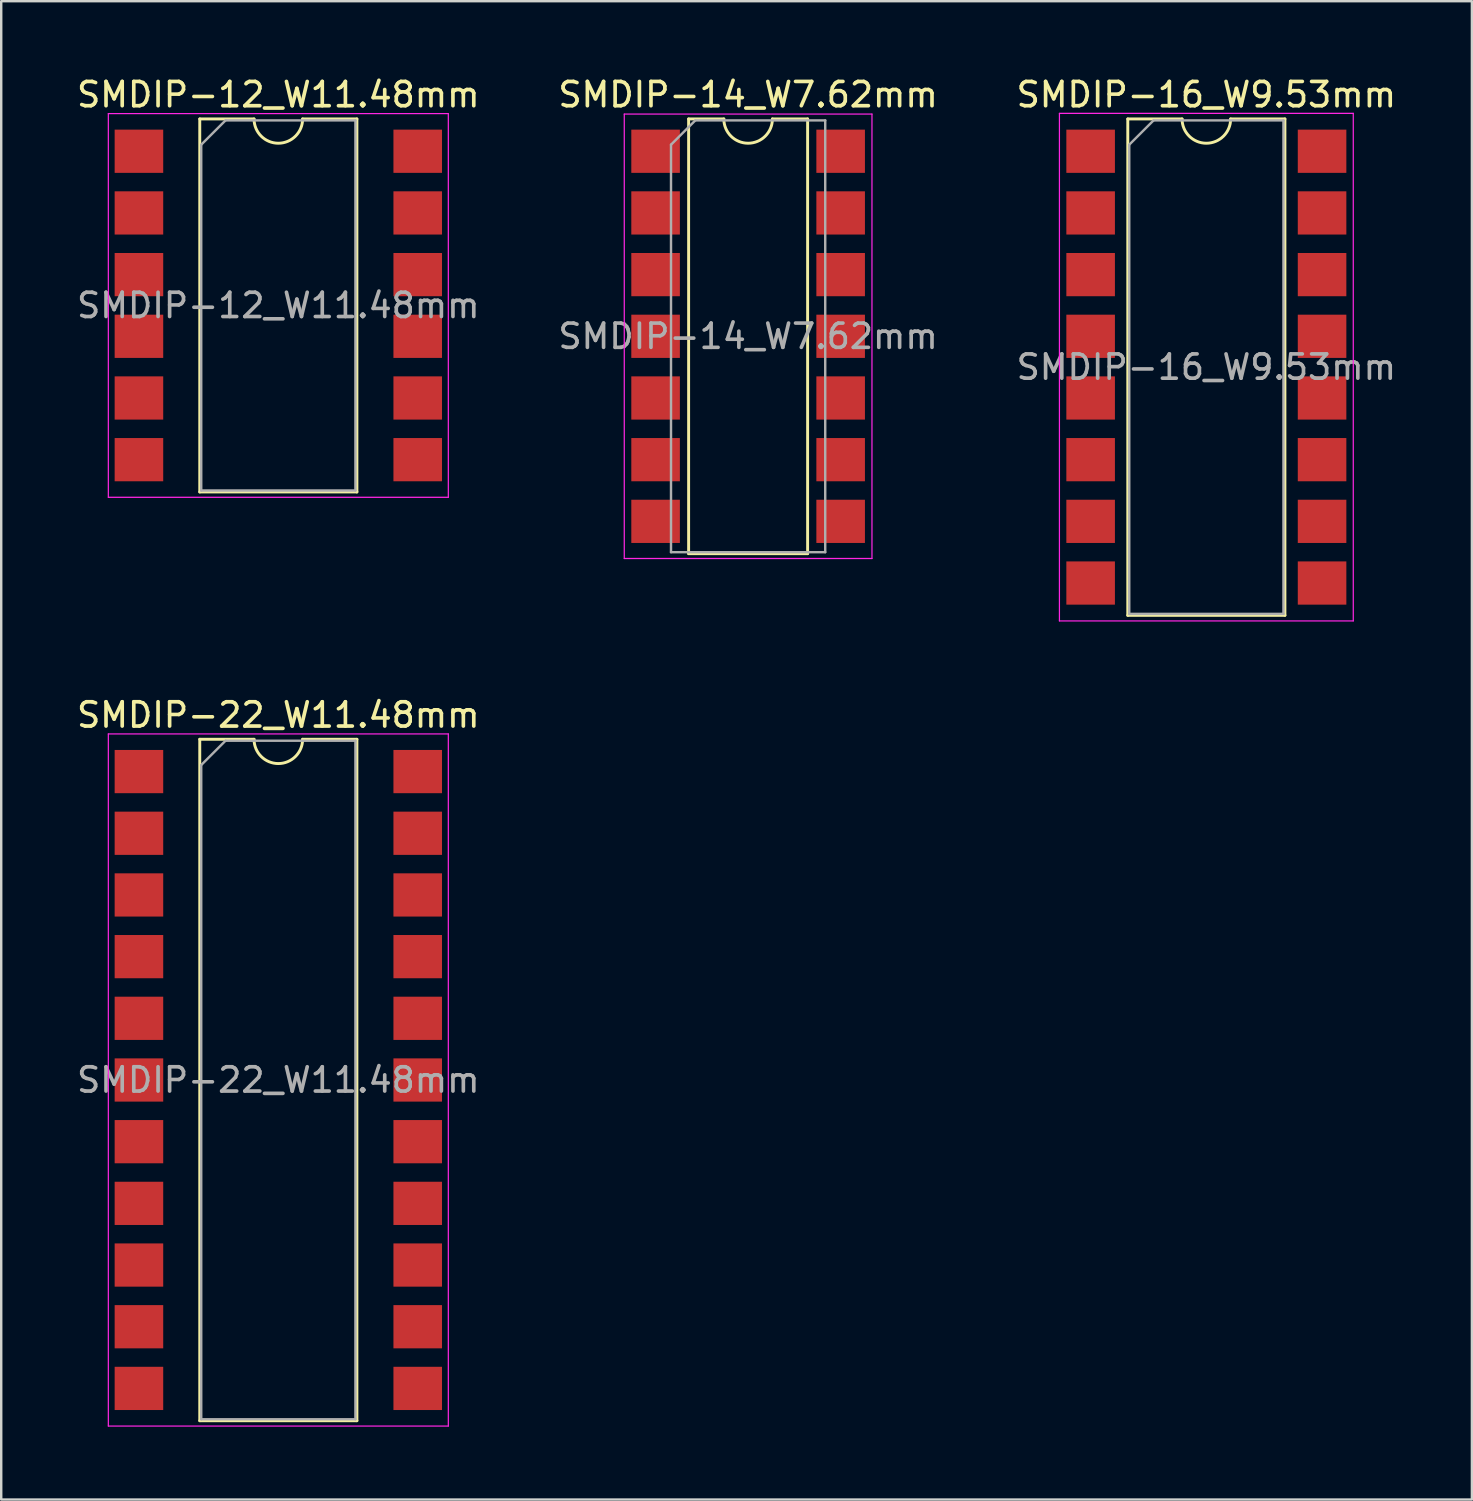
<source format=kicad_pcb>
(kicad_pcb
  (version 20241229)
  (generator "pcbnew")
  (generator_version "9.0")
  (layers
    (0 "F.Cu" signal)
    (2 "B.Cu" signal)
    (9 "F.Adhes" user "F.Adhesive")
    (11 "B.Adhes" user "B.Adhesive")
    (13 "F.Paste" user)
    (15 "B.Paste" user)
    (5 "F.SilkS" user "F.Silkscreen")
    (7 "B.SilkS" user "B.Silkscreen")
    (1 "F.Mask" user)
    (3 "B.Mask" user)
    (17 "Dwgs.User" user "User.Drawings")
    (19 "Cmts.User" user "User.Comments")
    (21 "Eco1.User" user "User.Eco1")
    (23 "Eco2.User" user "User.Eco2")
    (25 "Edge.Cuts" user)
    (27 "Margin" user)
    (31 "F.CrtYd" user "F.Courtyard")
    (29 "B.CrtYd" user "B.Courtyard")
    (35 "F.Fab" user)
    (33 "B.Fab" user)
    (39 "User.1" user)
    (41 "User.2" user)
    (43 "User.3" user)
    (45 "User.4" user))
  (footprint "SMDIP-22_W11.48mm"
    (layer "F.Cu")
    (at 8.411 41.422)
    (property "Reference" "SMDIP-22_W11.48mm" (at 0 -15.03 0) (layer "F.SilkS") (effects (font (size 1 1) (thickness 0.15))))
    (attr smd)
    (fp_line (start -3.235 -14.03) (end -3.235 14.03) (stroke (width 0.12) (type solid)) (layer "F.SilkS"))
    (fp_line (start -3.235 14.03) (end 3.235 14.03) (stroke (width 0.12) (type solid)) (layer "F.SilkS"))
    (fp_line (start -1 -14.03) (end -3.235 -14.03) (stroke (width 0.12) (type solid)) (layer "F.SilkS"))
    (fp_line (start 3.235 -14.03) (end 1 -14.03) (stroke (width 0.12) (type solid)) (layer "F.SilkS"))
    (fp_line (start 3.235 14.03) (end 3.235 -14.03) (stroke (width 0.12) (type solid)) (layer "F.SilkS"))
    (fp_arc (start 1 -14.03) (mid 0 -13.03) (end -1 -14.03) (stroke (width 0.12) (type solid)) (layer "F.SilkS"))
    (fp_line (start -7 -14.25) (end -7 14.25) (stroke (width 0.05) (type solid)) (layer "F.CrtYd"))
    (fp_line (start -7 14.25) (end 7 14.25) (stroke (width 0.05) (type solid)) (layer "F.CrtYd"))
    (fp_line (start 7 -14.25) (end -7 -14.25) (stroke (width 0.05) (type solid)) (layer "F.CrtYd"))
    (fp_line (start 7 14.25) (end 7 -14.25) (stroke (width 0.05) (type solid)) (layer "F.CrtYd"))
    (fp_line (start -3.175 -12.97) (end -2.175 -13.97) (stroke (width 0.1) (type solid)) (layer "F.Fab"))
    (fp_line (start -3.175 13.97) (end -3.175 -12.97) (stroke (width 0.1) (type solid)) (layer "F.Fab"))
    (fp_line (start -2.175 -13.97) (end 3.175 -13.97) (stroke (width 0.1) (type solid)) (layer "F.Fab"))
    (fp_line (start 3.175 -13.97) (end 3.175 13.97) (stroke (width 0.1) (type solid)) (layer "F.Fab"))
    (fp_line (start 3.175 13.97) (end -3.175 13.97) (stroke (width 0.1) (type solid)) (layer "F.Fab"))
    (fp_text user "${REFERENCE}" (at 0 0 0) (layer "F.Fab") (effects (font (size 1 1) (thickness 0.15))))
    (pad "1" smd rect (at -5.74 -12.7) (size 2 1.78) (layers "F.Cu" "F.Mask" "F.Paste"))
    (pad "2" smd rect (at -5.74 -10.16) (size 2 1.78) (layers "F.Cu" "F.Mask" "F.Paste"))
    (pad "3" smd rect (at -5.74 -7.62) (size 2 1.78) (layers "F.Cu" "F.Mask" "F.Paste"))
    (pad "4" smd rect (at -5.74 -5.08) (size 2 1.78) (layers "F.Cu" "F.Mask" "F.Paste"))
    (pad "5" smd rect (at -5.74 -2.54) (size 2 1.78) (layers "F.Cu" "F.Mask" "F.Paste"))
    (pad "6" smd rect (at -5.74 0) (size 2 1.78) (layers "F.Cu" "F.Mask" "F.Paste"))
    (pad "7" smd rect (at -5.74 2.54) (size 2 1.78) (layers "F.Cu" "F.Mask" "F.Paste"))
    (pad "8" smd rect (at -5.74 5.08) (size 2 1.78) (layers "F.Cu" "F.Mask" "F.Paste"))
    (pad "9" smd rect (at -5.74 7.62) (size 2 1.78) (layers "F.Cu" "F.Mask" "F.Paste"))
    (pad "10" smd rect (at -5.74 10.16) (size 2 1.78) (layers "F.Cu" "F.Mask" "F.Paste"))
    (pad "11" smd rect (at -5.74 12.7) (size 2 1.78) (layers "F.Cu" "F.Mask" "F.Paste"))
    (pad "12" smd rect (at 5.74 12.7) (size 2 1.78) (layers "F.Cu" "F.Mask" "F.Paste"))
    (pad "13" smd rect (at 5.74 10.16) (size 2 1.78) (layers "F.Cu" "F.Mask" "F.Paste"))
    (pad "14" smd rect (at 5.74 7.62) (size 2 1.78) (layers "F.Cu" "F.Mask" "F.Paste"))
    (pad "15" smd rect (at 5.74 5.08) (size 2 1.78) (layers "F.Cu" "F.Mask" "F.Paste"))
    (pad "16" smd rect (at 5.74 2.54) (size 2 1.78) (layers "F.Cu" "F.Mask" "F.Paste"))
    (pad "17" smd rect (at 5.74 0) (size 2 1.78) (layers "F.Cu" "F.Mask" "F.Paste"))
    (pad "18" smd rect (at 5.74 -2.54) (size 2 1.78) (layers "F.Cu" "F.Mask" "F.Paste"))
    (pad "19" smd rect (at 5.74 -5.08) (size 2 1.78) (layers "F.Cu" "F.Mask" "F.Paste"))
    (pad "20" smd rect (at 5.74 -7.62) (size 2 1.78) (layers "F.Cu" "F.Mask" "F.Paste"))
    (pad "21" smd rect (at 5.74 -10.16) (size 2 1.78) (layers "F.Cu" "F.Mask" "F.Paste"))
    (pad "22" smd rect (at 5.74 -12.7) (size 2 1.78) (layers "F.Cu" "F.Mask" "F.Paste")))
  (footprint "SMDIP-12_W11.48mm"
    (layer "F.Cu")
    (at 8.411 9.528)
    (property "Reference" "SMDIP-12_W11.48mm" (at 0 -8.68 0) (layer "F.SilkS") (effects (font (size 1 1) (thickness 0.15))))
    (attr smd)
    (fp_line (start -3.235 -7.68) (end -3.235 7.68) (stroke (width 0.12) (type solid)) (layer "F.SilkS"))
    (fp_line (start -3.235 7.68) (end 3.235 7.68) (stroke (width 0.12) (type solid)) (layer "F.SilkS"))
    (fp_line (start -1 -7.68) (end -3.235 -7.68) (stroke (width 0.12) (type solid)) (layer "F.SilkS"))
    (fp_line (start 3.235 -7.68) (end 1 -7.68) (stroke (width 0.12) (type solid)) (layer "F.SilkS"))
    (fp_line (start 3.235 7.68) (end 3.235 -7.68) (stroke (width 0.12) (type solid)) (layer "F.SilkS"))
    (fp_arc (start 1 -7.68) (mid 0 -6.68) (end -1 -7.68) (stroke (width 0.12) (type solid)) (layer "F.SilkS"))
    (fp_line (start -7 -7.9) (end -7 7.9) (stroke (width 0.05) (type solid)) (layer "F.CrtYd"))
    (fp_line (start -7 7.9) (end 7 7.9) (stroke (width 0.05) (type solid)) (layer "F.CrtYd"))
    (fp_line (start 7 -7.9) (end -7 -7.9) (stroke (width 0.05) (type solid)) (layer "F.CrtYd"))
    (fp_line (start 7 7.9) (end 7 -7.9) (stroke (width 0.05) (type solid)) (layer "F.CrtYd"))
    (fp_line (start -3.175 -6.62) (end -2.175 -7.62) (stroke (width 0.1) (type solid)) (layer "F.Fab"))
    (fp_line (start -3.175 7.62) (end -3.175 -6.62) (stroke (width 0.1) (type solid)) (layer "F.Fab"))
    (fp_line (start -2.175 -7.62) (end 3.175 -7.62) (stroke (width 0.1) (type solid)) (layer "F.Fab"))
    (fp_line (start 3.175 -7.62) (end 3.175 7.62) (stroke (width 0.1) (type solid)) (layer "F.Fab"))
    (fp_line (start 3.175 7.62) (end -3.175 7.62) (stroke (width 0.1) (type solid)) (layer "F.Fab"))
    (fp_text user "${REFERENCE}" (at 0 0 0) (layer "F.Fab") (effects (font (size 1 1) (thickness 0.15))))
    (pad "1" smd rect (at -5.74 -6.35) (size 2 1.78) (layers "F.Cu" "F.Mask" "F.Paste"))
    (pad "2" smd rect (at -5.74 -3.81) (size 2 1.78) (layers "F.Cu" "F.Mask" "F.Paste"))
    (pad "3" smd rect (at -5.74 -1.27) (size 2 1.78) (layers "F.Cu" "F.Mask" "F.Paste"))
    (pad "4" smd rect (at -5.74 1.27) (size 2 1.78) (layers "F.Cu" "F.Mask" "F.Paste"))
    (pad "5" smd rect (at -5.74 3.81) (size 2 1.78) (layers "F.Cu" "F.Mask" "F.Paste"))
    (pad "6" smd rect (at -5.74 6.35) (size 2 1.78) (layers "F.Cu" "F.Mask" "F.Paste"))
    (pad "7" smd rect (at 5.74 6.35) (size 2 1.78) (layers "F.Cu" "F.Mask" "F.Paste"))
    (pad "8" smd rect (at 5.74 3.81) (size 2 1.78) (layers "F.Cu" "F.Mask" "F.Paste"))
    (pad "9" smd rect (at 5.74 1.27) (size 2 1.78) (layers "F.Cu" "F.Mask" "F.Paste"))
    (pad "10" smd rect (at 5.74 -1.27) (size 2 1.78) (layers "F.Cu" "F.Mask" "F.Paste"))
    (pad "11" smd rect (at 5.74 -3.81) (size 2 1.78) (layers "F.Cu" "F.Mask" "F.Paste"))
    (pad "12" smd rect (at 5.74 -6.35) (size 2 1.78) (layers "F.Cu" "F.Mask" "F.Paste")))
  (footprint "SMDIP-16_W9.53mm"
    (layer "F.Cu")
    (at 46.625 12.068)
    (property "Reference" "SMDIP-16_W9.53mm" (at 0 -11.22 0) (layer "F.SilkS") (effects (font (size 1 1) (thickness 0.15))))
    (attr smd)
    (fp_line (start -3.235 -10.22) (end -3.235 10.22) (stroke (width 0.12) (type solid)) (layer "F.SilkS"))
    (fp_line (start -3.235 10.22) (end 3.235 10.22) (stroke (width 0.12) (type solid)) (layer "F.SilkS"))
    (fp_line (start -1 -10.22) (end -3.235 -10.22) (stroke (width 0.12) (type solid)) (layer "F.SilkS"))
    (fp_line (start 3.235 -10.22) (end 1 -10.22) (stroke (width 0.12) (type solid)) (layer "F.SilkS"))
    (fp_line (start 3.235 10.22) (end 3.235 -10.22) (stroke (width 0.12) (type solid)) (layer "F.SilkS"))
    (fp_arc (start 1 -10.22) (mid 0 -9.22) (end -1 -10.22) (stroke (width 0.12) (type solid)) (layer "F.SilkS"))
    (fp_line (start -6.05 -10.45) (end -6.05 10.45) (stroke (width 0.05) (type solid)) (layer "F.CrtYd"))
    (fp_line (start -6.05 10.45) (end 6.05 10.45) (stroke (width 0.05) (type solid)) (layer "F.CrtYd"))
    (fp_line (start 6.05 -10.45) (end -6.05 -10.45) (stroke (width 0.05) (type solid)) (layer "F.CrtYd"))
    (fp_line (start 6.05 10.45) (end 6.05 -10.45) (stroke (width 0.05) (type solid)) (layer "F.CrtYd"))
    (fp_line (start -3.175 -9.16) (end -2.175 -10.16) (stroke (width 0.1) (type solid)) (layer "F.Fab"))
    (fp_line (start -3.175 10.16) (end -3.175 -9.16) (stroke (width 0.1) (type solid)) (layer "F.Fab"))
    (fp_line (start -2.175 -10.16) (end 3.175 -10.16) (stroke (width 0.1) (type solid)) (layer "F.Fab"))
    (fp_line (start 3.175 -10.16) (end 3.175 10.16) (stroke (width 0.1) (type solid)) (layer "F.Fab"))
    (fp_line (start 3.175 10.16) (end -3.175 10.16) (stroke (width 0.1) (type solid)) (layer "F.Fab"))
    (fp_text user "${REFERENCE}" (at 0 0 0) (layer "F.Fab") (effects (font (size 1 1) (thickness 0.15))))
    (pad "1" smd rect (at -4.765 -8.89) (size 2 1.78) (layers "F.Cu" "F.Mask" "F.Paste"))
    (pad "2" smd rect (at -4.765 -6.35) (size 2 1.78) (layers "F.Cu" "F.Mask" "F.Paste"))
    (pad "3" smd rect (at -4.765 -3.81) (size 2 1.78) (layers "F.Cu" "F.Mask" "F.Paste"))
    (pad "4" smd rect (at -4.765 -1.27) (size 2 1.78) (layers "F.Cu" "F.Mask" "F.Paste"))
    (pad "5" smd rect (at -4.765 1.27) (size 2 1.78) (layers "F.Cu" "F.Mask" "F.Paste"))
    (pad "6" smd rect (at -4.765 3.81) (size 2 1.78) (layers "F.Cu" "F.Mask" "F.Paste"))
    (pad "7" smd rect (at -4.765 6.35) (size 2 1.78) (layers "F.Cu" "F.Mask" "F.Paste"))
    (pad "8" smd rect (at -4.765 8.89) (size 2 1.78) (layers "F.Cu" "F.Mask" "F.Paste"))
    (pad "9" smd rect (at 4.765 8.89) (size 2 1.78) (layers "F.Cu" "F.Mask" "F.Paste"))
    (pad "10" smd rect (at 4.765 6.35) (size 2 1.78) (layers "F.Cu" "F.Mask" "F.Paste"))
    (pad "11" smd rect (at 4.765 3.81) (size 2 1.78) (layers "F.Cu" "F.Mask" "F.Paste"))
    (pad "12" smd rect (at 4.765 1.27) (size 2 1.78) (layers "F.Cu" "F.Mask" "F.Paste"))
    (pad "13" smd rect (at 4.765 -1.27) (size 2 1.78) (layers "F.Cu" "F.Mask" "F.Paste"))
    (pad "14" smd rect (at 4.765 -3.81) (size 2 1.78) (layers "F.Cu" "F.Mask" "F.Paste"))
    (pad "15" smd rect (at 4.765 -6.35) (size 2 1.78) (layers "F.Cu" "F.Mask" "F.Paste"))
    (pad "16" smd rect (at 4.765 -8.89) (size 2 1.78) (layers "F.Cu" "F.Mask" "F.Paste")))
  (footprint "SMDIP-14_W7.62mm"
    (layer "F.Cu")
    (at 27.756 10.798)
    (property "Reference" "SMDIP-14_W7.62mm" (at 0 -9.95 0) (layer "F.SilkS") (effects (font (size 1 1) (thickness 0.15))))
    (attr smd)
    (fp_line (start -2.45 -8.95) (end -2.45 8.95) (stroke (width 0.12) (type solid)) (layer "F.SilkS"))
    (fp_line (start -2.45 8.95) (end 2.45 8.95) (stroke (width 0.12) (type solid)) (layer "F.SilkS"))
    (fp_line (start -1 -8.95) (end -2.45 -8.95) (stroke (width 0.12) (type solid)) (layer "F.SilkS"))
    (fp_line (start 2.45 -8.95) (end 1 -8.95) (stroke (width 0.12) (type solid)) (layer "F.SilkS"))
    (fp_line (start 2.45 8.95) (end 2.45 -8.95) (stroke (width 0.12) (type solid)) (layer "F.SilkS"))
    (fp_arc (start 1 -8.95) (mid 0 -7.95) (end -1 -8.95) (stroke (width 0.12) (type solid)) (layer "F.SilkS"))
    (fp_line (start -5.1 -9.15) (end -5.1 9.15) (stroke (width 0.05) (type solid)) (layer "F.CrtYd"))
    (fp_line (start -5.1 9.15) (end 5.1 9.15) (stroke (width 0.05) (type solid)) (layer "F.CrtYd"))
    (fp_line (start 5.1 -9.15) (end -5.1 -9.15) (stroke (width 0.05) (type solid)) (layer "F.CrtYd"))
    (fp_line (start 5.1 9.15) (end 5.1 -9.15) (stroke (width 0.05) (type solid)) (layer "F.CrtYd"))
    (fp_line (start -3.175 -7.89) (end -2.175 -8.89) (stroke (width 0.1) (type solid)) (layer "F.Fab"))
    (fp_line (start -3.175 8.89) (end -3.175 -7.89) (stroke (width 0.1) (type solid)) (layer "F.Fab"))
    (fp_line (start -2.175 -8.89) (end 3.175 -8.89) (stroke (width 0.1) (type solid)) (layer "F.Fab"))
    (fp_line (start 3.175 -8.89) (end 3.175 8.89) (stroke (width 0.1) (type solid)) (layer "F.Fab"))
    (fp_line (start 3.175 8.89) (end -3.175 8.89) (stroke (width 0.1) (type solid)) (layer "F.Fab"))
    (fp_text user "${REFERENCE}" (at 0 0 0) (layer "F.Fab") (effects (font (size 1 1) (thickness 0.15))))
    (pad "1" smd rect (at -3.81 -7.62) (size 2 1.78) (layers "F.Cu" "F.Mask" "F.Paste"))
    (pad "2" smd rect (at -3.81 -5.08) (size 2 1.78) (layers "F.Cu" "F.Mask" "F.Paste"))
    (pad "3" smd rect (at -3.81 -2.54) (size 2 1.78) (layers "F.Cu" "F.Mask" "F.Paste"))
    (pad "4" smd rect (at -3.81 0) (size 2 1.78) (layers "F.Cu" "F.Mask" "F.Paste"))
    (pad "5" smd rect (at -3.81 2.54) (size 2 1.78) (layers "F.Cu" "F.Mask" "F.Paste"))
    (pad "6" smd rect (at -3.81 5.08) (size 2 1.78) (layers "F.Cu" "F.Mask" "F.Paste"))
    (pad "7" smd rect (at -3.81 7.62) (size 2 1.78) (layers "F.Cu" "F.Mask" "F.Paste"))
    (pad "8" smd rect (at 3.81 7.62) (size 2 1.78) (layers "F.Cu" "F.Mask" "F.Paste"))
    (pad "9" smd rect (at 3.81 5.08) (size 2 1.78) (layers "F.Cu" "F.Mask" "F.Paste"))
    (pad "10" smd rect (at 3.81 2.54) (size 2 1.78) (layers "F.Cu" "F.Mask" "F.Paste"))
    (pad "11" smd rect (at 3.81 0) (size 2 1.78) (layers "F.Cu" "F.Mask" "F.Paste"))
    (pad "12" smd rect (at 3.81 -2.54) (size 2 1.78) (layers "F.Cu" "F.Mask" "F.Paste"))
    (pad "13" smd rect (at 3.81 -5.08) (size 2 1.78) (layers "F.Cu" "F.Mask" "F.Paste"))
    (pad "14" smd rect (at 3.81 -7.62) (size 2 1.78) (layers "F.Cu" "F.Mask" "F.Paste")))
  (gr_rect
    (start -3 -3)
    (end 57.56 58.697)
    (stroke (width 0.1) (type default))
    (fill no)
    (layer "Edge.Cuts")))
</source>
